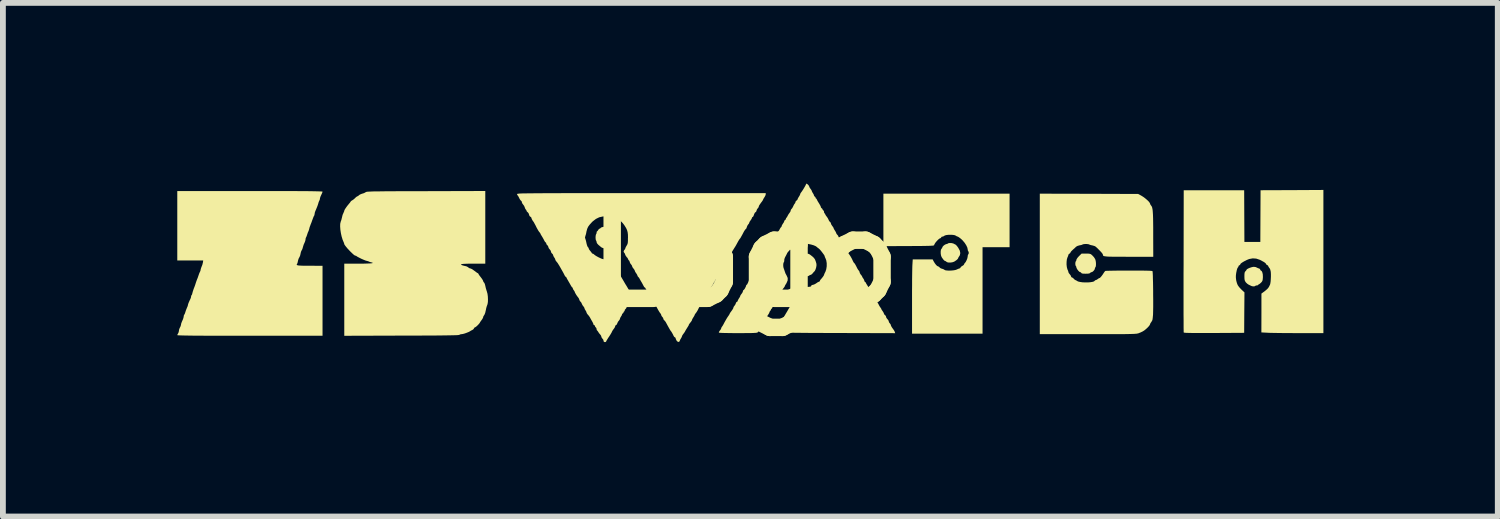
<source format=kicad_pcb>
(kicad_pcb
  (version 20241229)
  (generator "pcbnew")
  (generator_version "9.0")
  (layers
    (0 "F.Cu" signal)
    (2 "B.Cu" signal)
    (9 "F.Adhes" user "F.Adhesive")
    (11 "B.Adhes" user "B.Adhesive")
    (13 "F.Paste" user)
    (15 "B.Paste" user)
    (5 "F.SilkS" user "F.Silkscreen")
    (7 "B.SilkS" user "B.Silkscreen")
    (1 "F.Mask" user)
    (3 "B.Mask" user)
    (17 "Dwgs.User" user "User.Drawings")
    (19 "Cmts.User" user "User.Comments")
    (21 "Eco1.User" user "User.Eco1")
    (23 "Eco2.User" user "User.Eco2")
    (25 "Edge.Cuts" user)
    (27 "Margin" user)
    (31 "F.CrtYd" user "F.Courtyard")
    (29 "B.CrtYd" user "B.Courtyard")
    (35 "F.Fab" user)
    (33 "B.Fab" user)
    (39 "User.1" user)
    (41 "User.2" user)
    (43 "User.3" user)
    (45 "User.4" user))
  (footprint "Logo"
    (layer "F.Cu")
    (at 9.768 1.404)
    (property "Reference" "Logo" (at 0 0 0) (layer "F.SilkS") (effects (font (size 1.5 1.5) (thickness 0.3))))
    (attr board_only exclude_from_pos_files exclude_from_bom)
    (fp_poly (pts (xy 3.553 -0.272) (xy 3.579 -0.266) (xy 3.587 -0.263) (xy 3.608 -0.252) (xy 3.621 -0.246) (xy 3.633 -0.236) (xy 3.651 -0.215) (xy 3.668 -0.191) (xy 3.694 -0.143) (xy 3.703 -0.1) (xy 3.695 -0.062) (xy 3.685 -0.046) (xy 3.672 -0.027) (xy 3.667 -0.013) (xy 3.667 -0.013) (xy 3.659 0.001) (xy 3.639 0.02) (xy 3.61 0.04) (xy 3.597 0.048) (xy 3.568 0.058) (xy 3.535 0.063) (xy 3.502 0.063) (xy 3.476 0.057) (xy 3.466 0.05) (xy 3.451 0.039) (xy 3.443 0.036) (xy 3.428 0.029) (xy 3.409 0.008) (xy 3.388 -0.022) (xy 3.381 -0.033) (xy 3.371 -0.061) (xy 3.366 -0.095) (xy 3.366 -0.129) (xy 3.37 -0.157) (xy 3.379 -0.173) (xy 3.391 -0.188) (xy 3.393 -0.196) (xy 3.4 -0.211) (xy 3.417 -0.229) (xy 3.439 -0.245) (xy 3.46 -0.254) (xy 3.466 -0.255) (xy 3.483 -0.26) (xy 3.489 -0.264) (xy 3.501 -0.271) (xy 3.525 -0.273)) (stroke (width 0) (type solid)) (fill yes) (layer "F.SilkS"))
    (fp_poly (pts (xy -2.335 -0.553) (xy -2.308 -0.548) (xy -2.298 -0.544) (xy -2.273 -0.53) (xy -2.255 -0.52) (xy -2.239 -0.509) (xy -2.234 -0.498) (xy -2.228 -0.484) (xy -2.214 -0.472) (xy -2.205 -0.464) (xy -2.199 -0.454) (xy -2.195 -0.437) (xy -2.194 -0.409) (xy -2.193 -0.368) (xy -2.193 -0.278) (xy -2.234 -0.239) (xy -2.264 -0.212) (xy -2.29 -0.195) (xy -2.318 -0.186) (xy -2.354 -0.183) (xy -2.384 -0.182) (xy -2.42 -0.183) (xy -2.445 -0.187) (xy -2.464 -0.194) (xy -2.484 -0.208) (xy -2.486 -0.211) (xy -2.521 -0.239) (xy -2.542 -0.262) (xy -2.552 -0.28) (xy -2.554 -0.291) (xy -2.558 -0.309) (xy -2.563 -0.315) (xy -2.568 -0.326) (xy -2.571 -0.35) (xy -2.572 -0.369) (xy -2.57 -0.398) (xy -2.566 -0.418) (xy -2.563 -0.424) (xy -2.556 -0.437) (xy -2.554 -0.452) (xy -2.551 -0.469) (xy -2.546 -0.474) (xy -2.537 -0.481) (xy -2.526 -0.497) (xy -2.514 -0.514) (xy -2.502 -0.52) (xy -2.488 -0.527) (xy -2.483 -0.534) (xy -2.469 -0.543) (xy -2.442 -0.55) (xy -2.408 -0.554) (xy -2.37 -0.555)) (stroke (width 0) (type solid)) (fill yes) (layer "F.SilkS"))
    (fp_poly (pts (xy 1.071 -0.09) (xy 1.094 -0.086) (xy 1.114 -0.076) (xy 1.139 -0.057) (xy 1.139 -0.057) (xy 1.17 -0.032) (xy 1.189 -0.011) (xy 1.203 0.009) (xy 1.213 0.035) (xy 1.219 0.052) (xy 1.228 0.085) (xy 1.229 0.112) (xy 1.224 0.145) (xy 1.223 0.148) (xy 1.214 0.178) (xy 1.203 0.202) (xy 1.197 0.211) (xy 1.18 0.228) (xy 1.163 0.249) (xy 1.146 0.266) (xy 1.131 0.274) (xy 1.13 0.274) (xy 1.112 0.28) (xy 1.104 0.287) (xy 1.087 0.296) (xy 1.058 0.3) (xy 1.022 0.3) (xy 0.986 0.296) (xy 0.955 0.287) (xy 0.949 0.284) (xy 0.917 0.266) (xy 0.89 0.245) (xy 0.872 0.225) (xy 0.866 0.212) (xy 0.862 0.196) (xy 0.851 0.173) (xy 0.847 0.167) (xy 0.835 0.141) (xy 0.831 0.113) (xy 0.832 0.089) (xy 0.837 0.06) (xy 0.845 0.039) (xy 0.85 0.033) (xy 0.863 0.016) (xy 0.869 0) (xy 0.881 -0.019) (xy 0.906 -0.043) (xy 0.926 -0.057) (xy 0.956 -0.076) (xy 0.98 -0.086) (xy 1.006 -0.09) (xy 1.037 -0.091)) (stroke (width 0) (type solid)) (fill yes) (layer "F.SilkS"))
    (fp_poly (pts (xy 5.866 -0.091) (xy 5.904 -0.091) (xy 5.928 -0.088) (xy 5.945 -0.083) (xy 5.961 -0.072) (xy 5.978 -0.056) (xy 6.002 -0.03) (xy 6.02 -0.002) (xy 6.026 0.01) (xy 6.033 0.037) (xy 6.037 0.07) (xy 6.037 0.102) (xy 6.035 0.127) (xy 6.029 0.141) (xy 6.029 0.141) (xy 6.021 0.154) (xy 6.019 0.164) (xy 6.013 0.184) (xy 5.997 0.205) (xy 5.978 0.222) (xy 5.962 0.228) (xy 5.945 0.234) (xy 5.937 0.242) (xy 5.924 0.25) (xy 5.899 0.254) (xy 5.859 0.255) (xy 5.858 0.255) (xy 5.821 0.254) (xy 5.798 0.251) (xy 5.787 0.245) (xy 5.786 0.242) (xy 5.773 0.229) (xy 5.765 0.228) (xy 5.75 0.22) (xy 5.732 0.202) (xy 5.715 0.179) (xy 5.703 0.156) (xy 5.7 0.145) (xy 5.696 0.128) (xy 5.691 0.123) (xy 5.685 0.111) (xy 5.682 0.089) (xy 5.682 0.082) (xy 5.684 0.058) (xy 5.689 0.043) (xy 5.691 0.041) (xy 5.699 0.028) (xy 5.7 0.016) (xy 5.707 0.000459) (xy 5.723 -0.023) (xy 5.745 -0.047) (xy 5.79 -0.091)) (stroke (width 0) (type solid)) (fill yes) (layer "F.SilkS"))
    (fp_poly (pts (xy 8.782 0.14) (xy 8.804 0.149) (xy 8.806 0.15) (xy 8.827 0.161) (xy 8.841 0.164) (xy 8.856 0.172) (xy 8.862 0.182) (xy 8.869 0.197) (xy 8.875 0.201) (xy 8.888 0.209) (xy 8.899 0.232) (xy 8.907 0.264) (xy 8.909 0.303) (xy 8.909 0.319) (xy 8.906 0.354) (xy 8.901 0.377) (xy 8.89 0.395) (xy 8.877 0.409) (xy 8.857 0.427) (xy 8.842 0.437) (xy 8.838 0.438) (xy 8.829 0.444) (xy 8.828 0.447) (xy 8.821 0.454) (xy 8.806 0.456) (xy 8.787 0.459) (xy 8.778 0.465) (xy 8.765 0.472) (xy 8.743 0.473) (xy 8.719 0.469) (xy 8.71 0.465) (xy 8.692 0.457) (xy 8.668 0.445) (xy 8.666 0.445) (xy 8.641 0.428) (xy 8.617 0.405) (xy 8.614 0.401) (xy 8.602 0.382) (xy 8.595 0.363) (xy 8.592 0.336) (xy 8.591 0.299) (xy 8.592 0.261) (xy 8.595 0.237) (xy 8.601 0.222) (xy 8.61 0.212) (xy 8.623 0.197) (xy 8.628 0.187) (xy 8.636 0.177) (xy 8.657 0.165) (xy 8.685 0.153) (xy 8.716 0.143) (xy 8.744 0.137) (xy 8.754 0.137)) (stroke (width 0) (type solid)) (fill yes) (layer "F.SilkS"))
    (fp_poly (pts (xy 9.95 0.046) (xy 9.95 1.277) (xy 9.533 1.277) (xy 9.442 1.277) (xy 9.353 1.276) (xy 9.268 1.276) (xy 9.19 1.275) (xy 9.12 1.274) (xy 9.062 1.273) (xy 9.018 1.272) (xy 8.999 1.271) (xy 8.883 1.265) (xy 8.884 0.931) (xy 8.884 0.597) (xy 8.94 0.556) (xy 8.969 0.532) (xy 8.994 0.508) (xy 9.008 0.489) (xy 9.009 0.488) (xy 9.022 0.463) (xy 9.032 0.442) (xy 9.037 0.423) (xy 9.042 0.391) (xy 9.045 0.35) (xy 9.047 0.306) (xy 9.047 0.263) (xy 9.045 0.227) (xy 9.043 0.214) (xy 9.036 0.184) (xy 9.024 0.16) (xy 9.019 0.154) (xy 9.006 0.137) (xy 9.002 0.124) (xy 8.994 0.112) (xy 8.983 0.107) (xy 8.969 0.098) (xy 8.965 0.09) (xy 8.958 0.078) (xy 8.939 0.062) (xy 8.926 0.053) (xy 8.857 0.016) (xy 8.794 -0.005) (xy 8.734 -0.009) (xy 8.674 0.002) (xy 8.634 0.018) (xy 8.583 0.044) (xy 8.547 0.066) (xy 8.526 0.083) (xy 8.518 0.098) (xy 8.518 0.1) (xy 8.511 0.108) (xy 8.505 0.109) (xy 8.493 0.117) (xy 8.491 0.124) (xy 8.484 0.142) (xy 8.477 0.149) (xy 8.469 0.164) (xy 8.46 0.193) (xy 8.452 0.233) (xy 8.451 0.235) (xy 8.445 0.28) (xy 8.444 0.315) (xy 8.447 0.349) (xy 8.451 0.375) (xy 8.462 0.416) (xy 8.476 0.451) (xy 8.499 0.484) (xy 8.533 0.521) (xy 8.554 0.541) (xy 8.592 0.576) (xy 8.589 0.924) (xy 8.587 1.272) (xy 8.069 1.275) (xy 7.954 1.275) (xy 7.857 1.275) (xy 7.775 1.275) (xy 7.708 1.275) (xy 7.654 1.274) (xy 7.613 1.273) (xy 7.583 1.272) (xy 7.562 1.27) (xy 7.551 1.268) (xy 7.547 1.266) (xy 7.546 1.255) (xy 7.546 1.228) (xy 7.545 1.184) (xy 7.545 1.125) (xy 7.545 1.053) (xy 7.544 0.967) (xy 7.544 0.87) (xy 7.544 0.762) (xy 7.544 0.644) (xy 7.544 0.518) (xy 7.544 0.384) (xy 7.544 0.243) (xy 7.545 0.098) (xy 7.545 0.036) (xy 7.547 -1.181) (xy 8.067 -1.181) (xy 8.587 -1.181) (xy 8.589 -0.736) (xy 8.591 -0.292) (xy 8.728 -0.292) (xy 8.865 -0.292) (xy 8.867 -0.736) (xy 8.869 -1.181) (xy 9.41 -1.183) (xy 9.95 -1.186)) (stroke (width 0) (type solid)) (fill yes) (layer "F.SilkS"))
    (fp_poly (pts (xy 4.551 -0.661) (xy 4.551 -0.201) (xy 4.318 -0.201) (xy 4.086 -0.201) (xy 4.086 0.543) (xy 4.086 1.286) (xy 3.479 1.286) (xy 2.873 1.286) (xy 2.873 0.745) (xy 2.873 0.644) (xy 2.873 0.545) (xy 2.874 0.452) (xy 2.874 0.365) (xy 2.875 0.287) (xy 2.876 0.22) (xy 2.877 0.165) (xy 2.878 0.126) (xy 2.879 0.106) (xy 2.885 0.009) (xy 3.056 0.009) (xy 3.228 0.009) (xy 3.243 0.039) (xy 3.264 0.074) (xy 3.286 0.103) (xy 3.306 0.122) (xy 3.319 0.128) (xy 3.335 0.135) (xy 3.345 0.145) (xy 3.361 0.159) (xy 3.385 0.169) (xy 3.388 0.169) (xy 3.412 0.177) (xy 3.429 0.187) (xy 3.43 0.188) (xy 3.446 0.196) (xy 3.475 0.2) (xy 3.513 0.202) (xy 3.554 0.2) (xy 3.593 0.196) (xy 3.627 0.189) (xy 3.644 0.182) (xy 3.668 0.171) (xy 3.687 0.165) (xy 3.69 0.164) (xy 3.702 0.157) (xy 3.707 0.148) (xy 3.718 0.134) (xy 3.739 0.12) (xy 3.739 0.12) (xy 3.758 0.108) (xy 3.767 0.097) (xy 3.767 0.096) (xy 3.773 0.081) (xy 3.78 0.073) (xy 3.796 0.053) (xy 3.812 0.022) (xy 3.825 -0.012) (xy 3.83 -0.041) (xy 3.831 -0.043) (xy 3.833 -0.065) (xy 3.84 -0.077) (xy 3.84 -0.078) (xy 3.847 -0.09) (xy 3.849 -0.105) (xy 3.845 -0.124) (xy 3.84 -0.132) (xy 3.833 -0.145) (xy 3.831 -0.161) (xy 3.824 -0.195) (xy 3.805 -0.235) (xy 3.777 -0.278) (xy 3.743 -0.318) (xy 3.727 -0.334) (xy 3.7 -0.357) (xy 3.676 -0.374) (xy 3.661 -0.383) (xy 3.659 -0.383) (xy 3.642 -0.389) (xy 3.628 -0.398) (xy 3.609 -0.407) (xy 3.577 -0.413) (xy 3.538 -0.415) (xy 3.498 -0.414) (xy 3.463 -0.41) (xy 3.438 -0.403) (xy 3.431 -0.399) (xy 3.41 -0.386) (xy 3.394 -0.383) (xy 3.378 -0.378) (xy 3.375 -0.369) (xy 3.367 -0.358) (xy 3.359 -0.356) (xy 3.344 -0.349) (xy 3.322 -0.331) (xy 3.298 -0.306) (xy 3.276 -0.28) (xy 3.26 -0.255) (xy 3.254 -0.24) (xy 3.253 -0.236) (xy 3.249 -0.233) (xy 3.241 -0.23) (xy 3.228 -0.228) (xy 3.208 -0.227) (xy 3.18 -0.225) (xy 3.141 -0.224) (xy 3.091 -0.223) (xy 3.028 -0.222) (xy 2.951 -0.222) (xy 2.857 -0.221) (xy 2.816 -0.221) (xy 2.38 -0.219) (xy 2.38 -0.67) (xy 2.38 -1.122) (xy 3.466 -1.122) (xy 4.551 -1.122)) (stroke (width 0) (type solid)) (fill yes) (layer "F.SilkS"))
    (fp_poly (pts (xy -8.336 -1.167) (xy -8.171 -1.167) (xy -8.023 -1.167) (xy -7.891 -1.167) (xy -7.774 -1.167) (xy -7.671 -1.166) (xy -7.582 -1.166) (xy -7.506 -1.165) (xy -7.442 -1.164) (xy -7.39 -1.163) (xy -7.348 -1.162) (xy -7.315 -1.161) (xy -7.292 -1.16) (xy -7.277 -1.159) (xy -7.27 -1.157) (xy -7.269 -1.156) (xy -7.273 -1.142) (xy -7.283 -1.118) (xy -7.292 -1.099) (xy -7.305 -1.07) (xy -7.313 -1.045) (xy -7.314 -1.035) (xy -7.318 -1.015) (xy -7.322 -1.007) (xy -7.329 -0.994) (xy -7.338 -0.97) (xy -7.341 -0.958) (xy -7.351 -0.926) (xy -7.362 -0.896) (xy -7.365 -0.889) (xy -7.376 -0.862) (xy -7.389 -0.831) (xy -7.391 -0.827) (xy -7.401 -0.8) (xy -7.405 -0.776) (xy -7.406 -0.772) (xy -7.409 -0.752) (xy -7.414 -0.743) (xy -7.421 -0.731) (xy -7.431 -0.706) (xy -7.443 -0.673) (xy -7.446 -0.666) (xy -7.458 -0.631) (xy -7.47 -0.601) (xy -7.478 -0.581) (xy -7.478 -0.579) (xy -7.486 -0.559) (xy -7.495 -0.531) (xy -7.497 -0.52) (xy -7.505 -0.493) (xy -7.512 -0.474) (xy -7.514 -0.47) (xy -7.521 -0.456) (xy -7.529 -0.432) (xy -7.533 -0.42) (xy -7.542 -0.393) (xy -7.55 -0.374) (xy -7.553 -0.37) (xy -7.559 -0.355) (xy -7.561 -0.338) (xy -7.565 -0.315) (xy -7.575 -0.286) (xy -7.579 -0.278) (xy -7.594 -0.244) (xy -7.605 -0.208) (xy -7.607 -0.201) (xy -7.615 -0.173) (xy -7.625 -0.151) (xy -7.629 -0.146) (xy -7.637 -0.129) (xy -7.645 -0.102) (xy -7.647 -0.09) (xy -7.654 -0.059) (xy -7.665 -0.032) (xy -7.669 -0.026) (xy -7.681 -0.003) (xy -7.69 0.027) (xy -7.692 0.036) (xy -7.698 0.064) (xy -7.706 0.085) (xy -7.709 0.089) (xy -7.714 0.098) (xy -7.711 0.105) (xy -7.699 0.11) (xy -7.677 0.114) (xy -7.642 0.116) (xy -7.593 0.118) (xy -7.529 0.118) (xy -7.481 0.118) (xy -7.269 0.119) (xy -7.269 0.721) (xy -7.269 1.322) (xy -8.518 1.322) (xy -8.701 1.322) (xy -8.866 1.322) (xy -9.014 1.322) (xy -9.146 1.322) (xy -9.263 1.322) (xy -9.366 1.321) (xy -9.455 1.321) (xy -9.531 1.32) (xy -9.595 1.319) (xy -9.647 1.318) (xy -9.689 1.317) (xy -9.721 1.316) (xy -9.744 1.315) (xy -9.759 1.314) (xy -9.766 1.312) (xy -9.768 1.311) (xy -9.762 1.295) (xy -9.754 1.282) (xy -9.744 1.26) (xy -9.74 1.236) (xy -9.735 1.209) (xy -9.723 1.182) (xy -9.722 1.181) (xy -9.71 1.156) (xy -9.704 1.132) (xy -9.704 1.131) (xy -9.7 1.11) (xy -9.689 1.081) (xy -9.681 1.063) (xy -9.668 1.033) (xy -9.66 1.005) (xy -9.658 0.993) (xy -9.655 0.973) (xy -9.65 0.962) (xy -9.642 0.951) (xy -9.633 0.928) (xy -9.63 0.918) (xy -9.619 0.884) (xy -9.605 0.849) (xy -9.603 0.844) (xy -9.592 0.819) (xy -9.586 0.8) (xy -9.585 0.795) (xy -9.581 0.777) (xy -9.57 0.748) (xy -9.555 0.714) (xy -9.544 0.692) (xy -9.534 0.668) (xy -9.531 0.649) (xy -9.527 0.631) (xy -9.523 0.625) (xy -9.515 0.614) (xy -9.51 0.595) (xy -9.501 0.561) (xy -9.486 0.516) (xy -9.475 0.488) (xy -9.468 0.47) (xy -9.458 0.441) (xy -9.449 0.412) (xy -9.438 0.38) (xy -9.428 0.353) (xy -9.422 0.339) (xy -9.415 0.321) (xy -9.406 0.294) (xy -9.402 0.283) (xy -9.392 0.254) (xy -9.382 0.23) (xy -9.378 0.224) (xy -9.369 0.202) (xy -9.367 0.189) (xy -9.363 0.171) (xy -9.354 0.144) (xy -9.35 0.134) (xy -9.337 0.102) (xy -9.329 0.069) (xy -9.327 0.062) (xy -9.322 0.027) (xy -9.545 0.027) (xy -9.768 0.027) (xy -9.768 -0.57) (xy -9.768 -1.167) (xy -8.518 -1.167)) (stroke (width 0) (type solid)) (fill yes) (layer "F.SilkS"))
    (fp_poly (pts (xy 5.917 -1.12) (xy 6.763 -1.117) (xy 6.817 -1.088) (xy 6.849 -1.068) (xy 6.883 -1.043) (xy 6.916 -1.015) (xy 6.943 -0.989) (xy 6.961 -0.966) (xy 6.968 -0.951) (xy 6.974 -0.934) (xy 6.987 -0.916) (xy 6.995 -0.905) (xy 7.002 -0.89) (xy 7.007 -0.869) (xy 7.012 -0.842) (xy 7.015 -0.805) (xy 7.018 -0.758) (xy 7.02 -0.7) (xy 7.021 -0.628) (xy 7.022 -0.541) (xy 7.022 -0.438) (xy 7.022 -0.404) (xy 7.023 -0.036) (xy 6.602 -0.036) (xy 6.501 -0.037) (xy 6.416 -0.037) (xy 6.346 -0.037) (xy 6.29 -0.038) (xy 6.247 -0.039) (xy 6.214 -0.042) (xy 6.19 -0.045) (xy 6.174 -0.048) (xy 6.164 -0.053) (xy 6.159 -0.06) (xy 6.157 -0.067) (xy 6.156 -0.076) (xy 6.15 -0.088) (xy 6.133 -0.11) (xy 6.108 -0.137) (xy 6.077 -0.168) (xy 6.044 -0.2) (xy 6.033 -0.21) (xy 6.013 -0.221) (xy 5.984 -0.23) (xy 5.974 -0.232) (xy 5.947 -0.238) (xy 5.926 -0.245) (xy 5.922 -0.248) (xy 5.906 -0.253) (xy 5.879 -0.256) (xy 5.848 -0.256) (xy 5.822 -0.253) (xy 5.807 -0.248) (xy 5.792 -0.241) (xy 5.766 -0.235) (xy 5.753 -0.233) (xy 5.72 -0.223) (xy 5.695 -0.209) (xy 5.693 -0.207) (xy 5.675 -0.189) (xy 5.65 -0.167) (xy 5.637 -0.155) (xy 5.616 -0.135) (xy 5.603 -0.119) (xy 5.6 -0.112) (xy 5.593 -0.099) (xy 5.582 -0.091) (xy 5.567 -0.079) (xy 5.563 -0.069) (xy 5.559 -0.054) (xy 5.55 -0.031) (xy 5.547 -0.026) (xy 5.537 0.006) (xy 5.532 0.049) (xy 5.531 0.097) (xy 5.536 0.141) (xy 5.545 0.176) (xy 5.547 0.182) (xy 5.558 0.206) (xy 5.563 0.226) (xy 5.563 0.228) (xy 5.57 0.244) (xy 5.585 0.263) (xy 5.586 0.264) (xy 5.602 0.284) (xy 5.609 0.302) (xy 5.609 0.303) (xy 5.616 0.316) (xy 5.624 0.319) (xy 5.639 0.326) (xy 5.656 0.342) (xy 5.656 0.342) (xy 5.672 0.358) (xy 5.684 0.365) (xy 5.684 0.365) (xy 5.698 0.37) (xy 5.709 0.378) (xy 5.73 0.389) (xy 5.764 0.397) (xy 5.806 0.403) (xy 5.853 0.405) (xy 5.9 0.405) (xy 5.943 0.401) (xy 5.979 0.395) (xy 6.004 0.387) (xy 6.012 0.379) (xy 6.026 0.367) (xy 6.033 0.365) (xy 6.05 0.359) (xy 6.065 0.349) (xy 6.081 0.337) (xy 6.09 0.333) (xy 6.106 0.326) (xy 6.127 0.304) (xy 6.152 0.271) (xy 6.159 0.26) (xy 6.176 0.234) (xy 6.19 0.215) (xy 6.197 0.208) (xy 6.208 0.206) (xy 6.235 0.205) (xy 6.277 0.204) (xy 6.331 0.203) (xy 6.395 0.202) (xy 6.469 0.201) (xy 6.549 0.201) (xy 6.605 0.201) (xy 6.706 0.201) (xy 6.791 0.201) (xy 6.86 0.202) (xy 6.914 0.203) (xy 6.955 0.204) (xy 6.984 0.206) (xy 7.002 0.208) (xy 7.01 0.211) (xy 7.01 0.212) (xy 7.012 0.224) (xy 7.014 0.251) (xy 7.016 0.293) (xy 7.017 0.345) (xy 7.019 0.407) (xy 7.02 0.474) (xy 7.021 0.546) (xy 7.021 0.619) (xy 7.022 0.692) (xy 7.022 0.762) (xy 7.022 0.826) (xy 7.021 0.883) (xy 7.02 0.93) (xy 7.019 0.964) (xy 7.018 0.971) (xy 7.014 1.014) (xy 7.01 1.044) (xy 7.003 1.064) (xy 6.993 1.08) (xy 6.99 1.085) (xy 6.975 1.106) (xy 6.968 1.123) (xy 6.968 1.125) (xy 6.961 1.14) (xy 6.943 1.163) (xy 6.917 1.19) (xy 6.885 1.218) (xy 6.867 1.232) (xy 6.841 1.248) (xy 6.806 1.265) (xy 6.78 1.275) (xy 6.771 1.279) (xy 6.761 1.282) (xy 6.75 1.284) (xy 6.736 1.287) (xy 6.719 1.288) (xy 6.698 1.29) (xy 6.67 1.291) (xy 6.635 1.292) (xy 6.592 1.293) (xy 6.539 1.294) (xy 6.476 1.294) (xy 6.401 1.295) (xy 6.312 1.295) (xy 6.21 1.295) (xy 6.092 1.295) (xy 5.958 1.295) (xy 5.898 1.295) (xy 5.071 1.295) (xy 5.071 0.086) (xy 5.071 -1.122)) (stroke (width 0) (type solid)) (fill yes) (layer "F.SilkS"))
    (fp_poly (pts (xy -4.469 -0.543) (xy -4.469 0.082) (xy -4.674 0.082) (xy -4.749 0.082) (xy -4.807 0.084) (xy -4.848 0.086) (xy -4.874 0.09) (xy -4.886 0.094) (xy -4.884 0.101) (xy -4.87 0.108) (xy -4.868 0.109) (xy -4.845 0.116) (xy -4.816 0.123) (xy -4.813 0.123) (xy -4.786 0.131) (xy -4.765 0.144) (xy -4.763 0.146) (xy -4.743 0.16) (xy -4.727 0.164) (xy -4.71 0.17) (xy -4.685 0.184) (xy -4.657 0.205) (xy -4.656 0.205) (xy -4.63 0.225) (xy -4.609 0.24) (xy -4.597 0.246) (xy -4.597 0.246) (xy -4.588 0.253) (xy -4.588 0.256) (xy -4.582 0.267) (xy -4.568 0.288) (xy -4.548 0.314) (xy -4.546 0.316) (xy -4.526 0.343) (xy -4.511 0.367) (xy -4.505 0.383) (xy -4.505 0.383) (xy -4.499 0.399) (xy -4.493 0.404) (xy -4.484 0.415) (xy -4.475 0.439) (xy -4.469 0.462) (xy -4.46 0.503) (xy -4.447 0.546) (xy -4.441 0.564) (xy -4.431 0.601) (xy -4.425 0.647) (xy -4.423 0.695) (xy -4.424 0.74) (xy -4.43 0.777) (xy -4.436 0.795) (xy -4.444 0.816) (xy -4.453 0.848) (xy -4.46 0.885) (xy -4.461 0.886) (xy -4.469 0.923) (xy -4.48 0.953) (xy -4.489 0.969) (xy -4.502 0.988) (xy -4.505 1.002) (xy -4.511 1.019) (xy -4.525 1.042) (xy -4.533 1.053) (xy -4.549 1.075) (xy -4.559 1.09) (xy -4.56 1.093) (xy -4.567 1.105) (xy -4.583 1.124) (xy -4.603 1.145) (xy -4.624 1.164) (xy -4.64 1.175) (xy -4.644 1.177) (xy -4.658 1.184) (xy -4.663 1.195) (xy -4.674 1.211) (xy -4.694 1.224) (xy -4.717 1.235) (xy -4.733 1.246) (xy -4.754 1.257) (xy -4.786 1.27) (xy -4.822 1.283) (xy -4.855 1.292) (xy -4.878 1.295) (xy -4.901 1.299) (xy -4.914 1.306) (xy -4.92 1.308) (xy -4.933 1.31) (xy -4.954 1.312) (xy -4.985 1.313) (xy -5.026 1.314) (xy -5.078 1.315) (xy -5.141 1.316) (xy -5.217 1.317) (xy -5.307 1.318) (xy -5.411 1.319) (xy -5.531 1.319) (xy -5.666 1.32) (xy -5.818 1.32) (xy -5.91 1.32) (xy -6.895 1.323) (xy -6.895 0.702) (xy -6.895 0.082) (xy -6.654 0.082) (xy -6.568 0.082) (xy -6.501 0.08) (xy -6.451 0.078) (xy -6.419 0.075) (xy -6.405 0.071) (xy -6.408 0.066) (xy -6.428 0.06) (xy -6.432 0.059) (xy -6.455 0.053) (xy -6.471 0.046) (xy -6.471 0.046) (xy -6.485 0.04) (xy -6.509 0.034) (xy -6.512 0.033) (xy -6.533 0.027) (xy -6.562 0.015) (xy -6.596 0.000402) (xy -6.629 -0.016) (xy -6.658 -0.031) (xy -6.678 -0.042) (xy -6.684 -0.048) (xy -6.694 -0.054) (xy -6.7 -0.055) (xy -6.708 -0.056) (xy -6.719 -0.062) (xy -6.736 -0.075) (xy -6.76 -0.097) (xy -6.784 -0.12) (xy -6.811 -0.148) (xy -6.839 -0.178) (xy -6.864 -0.208) (xy -6.883 -0.233) (xy -6.894 -0.25) (xy -6.895 -0.254) (xy -6.899 -0.271) (xy -6.903 -0.281) (xy -6.923 -0.328) (xy -6.94 -0.383) (xy -6.953 -0.442) (xy -6.962 -0.501) (xy -6.966 -0.556) (xy -6.965 -0.603) (xy -6.957 -0.637) (xy -6.956 -0.641) (xy -6.945 -0.671) (xy -6.937 -0.704) (xy -6.936 -0.707) (xy -6.924 -0.757) (xy -6.903 -0.805) (xy -6.896 -0.822) (xy -6.895 -0.829) (xy -6.89 -0.843) (xy -6.876 -0.866) (xy -6.856 -0.895) (xy -6.834 -0.924) (xy -6.814 -0.948) (xy -6.797 -0.968) (xy -6.787 -0.983) (xy -6.785 -0.986) (xy -6.778 -0.995) (xy -6.761 -1.006) (xy -6.759 -1.007) (xy -6.735 -1.023) (xy -6.71 -1.045) (xy -6.707 -1.049) (xy -6.688 -1.066) (xy -6.674 -1.075) (xy -6.671 -1.076) (xy -6.657 -1.082) (xy -6.645 -1.093) (xy -6.627 -1.106) (xy -6.599 -1.118) (xy -6.587 -1.122) (xy -6.557 -1.131) (xy -6.533 -1.143) (xy -6.527 -1.148) (xy -6.523 -1.15) (xy -6.517 -1.152) (xy -6.508 -1.154) (xy -6.494 -1.156) (xy -6.474 -1.157) (xy -6.449 -1.158) (xy -6.415 -1.16) (xy -6.374 -1.161) (xy -6.322 -1.161) (xy -6.261 -1.162) (xy -6.188 -1.163) (xy -6.103 -1.163) (xy -6.004 -1.164) (xy -5.89 -1.164) (xy -5.762 -1.165) (xy -5.616 -1.165) (xy -5.489 -1.165) (xy -4.469 -1.168)) (stroke (width 0) (type solid)) (fill yes) (layer "F.SilkS"))
    (fp_poly (pts (xy 1.07 -1.288) (xy 1.087 -1.273) (xy 1.1 -1.256) (xy 1.104 -1.245) (xy 1.109 -1.231) (xy 1.123 -1.21) (xy 1.126 -1.206) (xy 1.141 -1.185) (xy 1.149 -1.168) (xy 1.149 -1.166) (xy 1.155 -1.151) (xy 1.167 -1.131) (xy 1.18 -1.11) (xy 1.185 -1.093) (xy 1.193 -1.077) (xy 1.199 -1.073) (xy 1.211 -1.061) (xy 1.213 -1.054) (xy 1.217 -1.041) (xy 1.221 -1.04) (xy 1.23 -1.032) (xy 1.234 -1.024) (xy 1.244 -1.003) (xy 1.251 -0.99) (xy 1.276 -0.95) (xy 1.292 -0.922) (xy 1.301 -0.904) (xy 1.304 -0.893) (xy 1.304 -0.89) (xy 1.312 -0.876) (xy 1.318 -0.872) (xy 1.33 -0.861) (xy 1.332 -0.854) (xy 1.339 -0.84) (xy 1.345 -0.836) (xy 1.356 -0.824) (xy 1.359 -0.807) (xy 1.362 -0.79) (xy 1.368 -0.784) (xy 1.376 -0.777) (xy 1.377 -0.773) (xy 1.383 -0.759) (xy 1.396 -0.738) (xy 1.404 -0.729) (xy 1.422 -0.703) (xy 1.435 -0.678) (xy 1.437 -0.672) (xy 1.448 -0.65) (xy 1.46 -0.638) (xy 1.474 -0.623) (xy 1.477 -0.611) (xy 1.483 -0.593) (xy 1.497 -0.571) (xy 1.5 -0.567) (xy 1.515 -0.547) (xy 1.523 -0.532) (xy 1.523 -0.53) (xy 1.528 -0.517) (xy 1.54 -0.496) (xy 1.546 -0.487) (xy 1.56 -0.464) (xy 1.568 -0.446) (xy 1.569 -0.442) (xy 1.575 -0.429) (xy 1.587 -0.415) (xy 1.601 -0.399) (xy 1.605 -0.387) (xy 1.612 -0.373) (xy 1.62 -0.364) (xy 1.631 -0.35) (xy 1.647 -0.325) (xy 1.661 -0.302) (xy 1.678 -0.269) (xy 1.696 -0.239) (xy 1.705 -0.223) (xy 1.72 -0.198) (xy 1.737 -0.166) (xy 1.743 -0.155) (xy 1.758 -0.127) (xy 1.773 -0.103) (xy 1.779 -0.096) (xy 1.796 -0.072) (xy 1.818 -0.038) (xy 1.84 0.002) (xy 1.857 0.039) (xy 1.868 0.06) (xy 1.878 0.072) (xy 1.88 0.073) (xy 1.887 0.081) (xy 1.899 0.101) (xy 1.914 0.129) (xy 1.915 0.131) (xy 1.93 0.162) (xy 1.945 0.187) (xy 1.956 0.2) (xy 1.968 0.218) (xy 1.97 0.228) (xy 1.976 0.246) (xy 1.989 0.268) (xy 1.993 0.272) (xy 2.008 0.291) (xy 2.015 0.305) (xy 2.016 0.307) (xy 2.021 0.319) (xy 2.034 0.337) (xy 2.034 0.337) (xy 2.047 0.359) (xy 2.052 0.376) (xy 2.059 0.393) (xy 2.066 0.398) (xy 2.078 0.407) (xy 2.079 0.412) (xy 2.084 0.424) (xy 2.097 0.445) (xy 2.107 0.461) (xy 2.122 0.485) (xy 2.132 0.506) (xy 2.134 0.513) (xy 2.14 0.527) (xy 2.156 0.546) (xy 2.162 0.552) (xy 2.179 0.571) (xy 2.188 0.587) (xy 2.189 0.59) (xy 2.193 0.605) (xy 2.205 0.627) (xy 2.212 0.638) (xy 2.225 0.662) (xy 2.233 0.679) (xy 2.234 0.683) (xy 2.241 0.696) (xy 2.246 0.7) (xy 2.256 0.711) (xy 2.271 0.734) (xy 2.287 0.764) (xy 2.289 0.766) (xy 2.305 0.798) (xy 2.32 0.824) (xy 2.331 0.839) (xy 2.331 0.84) (xy 2.342 0.855) (xy 2.344 0.862) (xy 2.349 0.873) (xy 2.362 0.892) (xy 2.367 0.899) (xy 2.381 0.921) (xy 2.389 0.94) (xy 2.39 0.943) (xy 2.397 0.958) (xy 2.408 0.967) (xy 2.422 0.982) (xy 2.426 0.996) (xy 2.432 1.015) (xy 2.448 1.035) (xy 2.449 1.036) (xy 2.465 1.055) (xy 2.472 1.074) (xy 2.472 1.074) (xy 2.478 1.093) (xy 2.49 1.108) (xy 2.504 1.126) (xy 2.508 1.14) (xy 2.513 1.155) (xy 2.527 1.179) (xy 2.539 1.196) (xy 2.558 1.222) (xy 2.572 1.246) (xy 2.576 1.257) (xy 2.583 1.278) (xy 1.557 1.275) (xy 1.421 1.275) (xy 1.291 1.274) (xy 1.167 1.274) (xy 1.051 1.273) (xy 0.943 1.272) (xy 0.845 1.271) (xy 0.757 1.271) (xy 0.682 1.27) (xy 0.62 1.269) (xy 0.573 1.268) (xy 0.541 1.267) (xy 0.525 1.266) (xy 0.524 1.266) (xy 0.525 1.255) (xy 0.534 1.235) (xy 0.544 1.216) (xy 0.56 1.189) (xy 0.573 1.167) (xy 0.578 1.158) (xy 0.586 1.142) (xy 0.599 1.118) (xy 0.605 1.108) (xy 0.624 1.075) (xy 0.644 1.041) (xy 0.647 1.035) (xy 0.659 1.015) (xy 0.678 0.982) (xy 0.702 0.941) (xy 0.729 0.896) (xy 0.743 0.871) (xy 0.77 0.825) (xy 0.795 0.783) (xy 0.816 0.747) (xy 0.831 0.721) (xy 0.836 0.712) (xy 0.849 0.688) (xy 0.861 0.669) (xy 0.862 0.667) (xy 0.87 0.653) (xy 0.885 0.628) (xy 0.904 0.594) (xy 0.92 0.568) (xy 0.968 0.483) (xy 1.04 0.483) (xy 1.085 0.482) (xy 1.115 0.479) (xy 1.133 0.474) (xy 1.14 0.464) (xy 1.14 0.46) (xy 1.148 0.45) (xy 1.165 0.447) (xy 1.187 0.441) (xy 1.214 0.427) (xy 1.226 0.419) (xy 1.249 0.403) (xy 1.268 0.394) (xy 1.274 0.392) (xy 1.285 0.386) (xy 1.286 0.382) (xy 1.292 0.367) (xy 1.3 0.356) (xy 1.322 0.331) (xy 1.342 0.305) (xy 1.355 0.285) (xy 1.359 0.275) (xy 1.363 0.262) (xy 1.373 0.239) (xy 1.382 0.223) (xy 1.397 0.179) (xy 1.405 0.127) (xy 1.405 0.073) (xy 1.397 0.024) (xy 1.386 -0.005) (xy 1.375 -0.029) (xy 1.369 -0.047) (xy 1.368 -0.051) (xy 1.363 -0.063) (xy 1.348 -0.084) (xy 1.328 -0.111) (xy 1.307 -0.138) (xy 1.286 -0.162) (xy 1.27 -0.177) (xy 1.265 -0.181) (xy 1.251 -0.19) (xy 1.24 -0.201) (xy 1.217 -0.218) (xy 1.181 -0.234) (xy 1.136 -0.247) (xy 1.086 -0.257) (xy 1.036 -0.263) (xy 0.991 -0.264) (xy 0.955 -0.26) (xy 0.936 -0.253) (xy 0.912 -0.241) (xy 0.888 -0.233) (xy 0.861 -0.222) (xy 0.839 -0.205) (xy 0.82 -0.189) (xy 0.802 -0.182) (xy 0.802 -0.182) (xy 0.786 -0.175) (xy 0.771 -0.157) (xy 0.769 -0.155) (xy 0.757 -0.137) (xy 0.747 -0.128) (xy 0.747 -0.128) (xy 0.738 -0.12) (xy 0.728 -0.103) (xy 0.727 -0.103) (xy 0.714 -0.076) (xy 0.703 -0.055) (xy 0.687 -0.025) (xy 0.679 -0.004) (xy 0.675 0.013) (xy 0.675 0.027) (xy 0.672 0.048) (xy 0.666 0.059) (xy 0.66 0.072) (xy 0.657 0.095) (xy 0.657 0.123) (xy 0.661 0.149) (xy 0.665 0.162) (xy 0.672 0.181) (xy 0.681 0.208) (xy 0.684 0.217) (xy 0.696 0.251) (xy 0.714 0.284) (xy 0.717 0.29) (xy 0.734 0.329) (xy 0.733 0.37) (xy 0.714 0.415) (xy 0.707 0.427) (xy 0.693 0.449) (xy 0.685 0.465) (xy 0.684 0.469) (xy 0.678 0.482) (xy 0.669 0.494) (xy 0.654 0.513) (xy 0.638 0.539) (xy 0.62 0.575) (xy 0.613 0.589) (xy 0.6 0.613) (xy 0.588 0.63) (xy 0.585 0.633) (xy 0.576 0.647) (xy 0.575 0.656) (xy 0.568 0.674) (xy 0.557 0.688) (xy 0.54 0.708) (xy 0.533 0.723) (xy 0.525 0.741) (xy 0.51 0.767) (xy 0.496 0.79) (xy 0.48 0.817) (xy 0.469 0.838) (xy 0.465 0.848) (xy 0.458 0.857) (xy 0.456 0.857) (xy 0.448 0.865) (xy 0.447 0.87) (xy 0.44 0.886) (xy 0.433 0.894) (xy 0.422 0.91) (xy 0.42 0.918) (xy 0.414 0.934) (xy 0.401 0.955) (xy 0.397 0.961) (xy 0.373 0.997) (xy 0.346 1.042) (xy 0.32 1.09) (xy 0.314 1.102) (xy 0.301 1.127) (xy 0.282 1.158) (xy 0.269 1.179) (xy 0.252 1.205) (xy 0.24 1.226) (xy 0.237 1.235) (xy 0.231 1.25) (xy 0.22 1.262) (xy 0.214 1.266) (xy 0.205 1.269) (xy 0.19 1.272) (xy 0.168 1.273) (xy 0.138 1.275) (xy 0.096 1.276) (xy 0.042 1.276) (xy -0.026 1.277) (xy -0.111 1.277) (xy -0.121 1.277) (xy -0.201 1.277) (xy -0.273 1.276) (xy -0.335 1.275) (xy -0.386 1.274) (xy -0.423 1.272) (xy -0.445 1.27) (xy -0.451 1.268) (xy -0.449 1.257) (xy -0.438 1.238) (xy -0.433 1.233) (xy -0.418 1.213) (xy -0.411 1.196) (xy -0.41 1.194) (xy -0.405 1.178) (xy -0.398 1.168) (xy -0.387 1.153) (xy -0.372 1.127) (xy -0.356 1.096) (xy -0.355 1.094) (xy -0.334 1.057) (xy -0.312 1.019) (xy -0.295 0.993) (xy -0.278 0.969) (xy -0.267 0.95) (xy -0.264 0.943) (xy -0.259 0.932) (xy -0.245 0.912) (xy -0.232 0.895) (xy -0.215 0.87) (xy -0.203 0.849) (xy -0.201 0.839) (xy -0.194 0.822) (xy -0.183 0.808) (xy -0.168 0.787) (xy -0.159 0.765) (xy -0.151 0.746) (xy -0.141 0.739) (xy -0.129 0.732) (xy -0.128 0.726) (xy -0.123 0.712) (xy -0.111 0.689) (xy -0.105 0.68) (xy -0.091 0.658) (xy -0.083 0.641) (xy -0.082 0.637) (xy -0.077 0.624) (xy -0.063 0.605) (xy -0.059 0.6) (xy -0.044 0.578) (xy -0.037 0.558) (xy -0.036 0.556) (xy -0.033 0.541) (xy -0.028 0.538) (xy -0.019 0.531) (xy -0.005 0.513) (xy 0.007 0.49) (xy 0.016 0.47) (xy 0.018 0.46) (xy 0.023 0.448) (xy 0.026 0.447) (xy 0.036 0.439) (xy 0.04 0.431) (xy 0.048 0.414) (xy 0.062 0.389) (xy 0.068 0.378) (xy 0.085 0.351) (xy 0.099 0.326) (xy 0.103 0.319) (xy 0.115 0.298) (xy 0.132 0.271) (xy 0.14 0.26) (xy 0.158 0.232) (xy 0.174 0.204) (xy 0.179 0.196) (xy 0.193 0.168) (xy 0.21 0.141) (xy 0.225 0.116) (xy 0.244 0.086) (xy 0.251 0.073) (xy 0.27 0.04) (xy 0.29 0.006) (xy 0.296 -0.005) (xy 0.313 -0.034) (xy 0.329 -0.062) (xy 0.332 -0.069) (xy 0.345 -0.092) (xy 0.359 -0.108) (xy 0.359 -0.109) (xy 0.371 -0.126) (xy 0.378 -0.146) (xy 0.387 -0.169) (xy 0.397 -0.183) (xy 0.409 -0.198) (xy 0.41 -0.205) (xy 0.418 -0.218) (xy 0.424 -0.222) (xy 0.436 -0.234) (xy 0.438 -0.241) (xy 0.443 -0.254) (xy 0.447 -0.255) (xy 0.454 -0.263) (xy 0.456 -0.273) (xy 0.46 -0.291) (xy 0.465 -0.297) (xy 0.475 -0.308) (xy 0.487 -0.33) (xy 0.494 -0.343) (xy 0.506 -0.366) (xy 0.517 -0.381) (xy 0.521 -0.383) (xy 0.528 -0.39) (xy 0.529 -0.396) (xy 0.535 -0.412) (xy 0.543 -0.42) (xy 0.554 -0.438) (xy 0.556 -0.448) (xy 0.56 -0.462) (xy 0.565 -0.465) (xy 0.573 -0.473) (xy 0.586 -0.492) (xy 0.594 -0.506) (xy 0.607 -0.53) (xy 0.618 -0.545) (xy 0.622 -0.547) (xy 0.628 -0.555) (xy 0.629 -0.562) (xy 0.635 -0.579) (xy 0.648 -0.601) (xy 0.652 -0.607) (xy 0.667 -0.629) (xy 0.674 -0.647) (xy 0.675 -0.651) (xy 0.682 -0.665) (xy 0.689 -0.669) (xy 0.701 -0.681) (xy 0.702 -0.688) (xy 0.706 -0.701) (xy 0.709 -0.704) (xy 0.717 -0.713) (xy 0.729 -0.733) (xy 0.734 -0.743) (xy 0.749 -0.77) (xy 0.765 -0.791) (xy 0.768 -0.796) (xy 0.781 -0.815) (xy 0.784 -0.829) (xy 0.791 -0.849) (xy 0.799 -0.858) (xy 0.812 -0.874) (xy 0.826 -0.899) (xy 0.83 -0.909) (xy 0.842 -0.933) (xy 0.853 -0.95) (xy 0.857 -0.953) (xy 0.865 -0.966) (xy 0.866 -0.976) (xy 0.874 -0.994) (xy 0.885 -1.003) (xy 0.899 -1.015) (xy 0.903 -1.024) (xy 0.908 -1.038) (xy 0.92 -1.06) (xy 0.926 -1.069) (xy 0.94 -1.092) (xy 0.948 -1.11) (xy 0.949 -1.114) (xy 0.954 -1.129) (xy 0.965 -1.144) (xy 0.979 -1.163) (xy 0.997 -1.19) (xy 1.015 -1.22) (xy 1.032 -1.249) (xy 1.044 -1.272) (xy 1.049 -1.285) (xy 1.054 -1.295) (xy 1.056 -1.295)) (stroke (width 0) (type solid)) (fill yes) (layer "F.SilkS"))
    (fp_poly (pts (xy 0.356 -1.112) (xy 0.351 -1.093) (xy 0.338 -1.068) (xy 0.333 -1.06) (xy 0.319 -1.038) (xy 0.311 -1.022) (xy 0.31 -1.018) (xy 0.305 -1.008) (xy 0.291 -0.987) (xy 0.274 -0.965) (xy 0.255 -0.938) (xy 0.241 -0.916) (xy 0.237 -0.903) (xy 0.231 -0.885) (xy 0.22 -0.872) (xy 0.205 -0.851) (xy 0.197 -0.829) (xy 0.19 -0.81) (xy 0.179 -0.803) (xy 0.169 -0.794) (xy 0.158 -0.773) (xy 0.154 -0.762) (xy 0.145 -0.737) (xy 0.135 -0.723) (xy 0.13 -0.721) (xy 0.12 -0.713) (xy 0.119 -0.706) (xy 0.113 -0.69) (xy 0.099 -0.668) (xy 0.096 -0.664) (xy 0.081 -0.643) (xy 0.073 -0.626) (xy 0.073 -0.624) (xy 0.067 -0.608) (xy 0.054 -0.593) (xy 0.039 -0.57) (xy 0.03 -0.546) (xy 0.023 -0.525) (xy 0.013 -0.514) (xy 0.002 -0.503) (xy -0.012 -0.482) (xy -0.021 -0.467) (xy -0.046 -0.419) (xy -0.065 -0.385) (xy -0.077 -0.363) (xy -0.085 -0.351) (xy -0.089 -0.347) (xy -0.099 -0.334) (xy -0.116 -0.306) (xy -0.139 -0.264) (xy -0.152 -0.24) (xy -0.163 -0.221) (xy -0.164 -0.219) (xy -0.185 -0.186) (xy -0.208 -0.149) (xy -0.229 -0.113) (xy -0.247 -0.081) (xy -0.258 -0.06) (xy -0.258 -0.059) (xy -0.272 -0.036) (xy -0.286 -0.019) (xy -0.298 -0.004) (xy -0.301 0.006) (xy -0.306 0.022) (xy -0.318 0.043) (xy -0.318 0.044) (xy -0.326 0.056) (xy -0.336 0.071) (xy -0.349 0.092) (xy -0.366 0.121) (xy -0.39 0.161) (xy -0.412 0.2) (xy -0.43 0.231) (xy -0.446 0.261) (xy -0.451 0.272) (xy -0.464 0.293) (xy -0.478 0.306) (xy -0.479 0.307) (xy -0.491 0.319) (xy -0.492 0.328) (xy -0.499 0.347) (xy -0.506 0.356) (xy -0.518 0.374) (xy -0.52 0.384) (xy -0.524 0.398) (xy -0.529 0.401) (xy -0.538 0.408) (xy -0.538 0.411) (xy -0.543 0.424) (xy -0.555 0.444) (xy -0.57 0.465) (xy -0.583 0.48) (xy -0.586 0.482) (xy -0.592 0.492) (xy -0.593 0.499) (xy -0.598 0.515) (xy -0.61 0.537) (xy -0.613 0.541) (xy -0.64 0.58) (xy -0.657 0.609) (xy -0.662 0.622) (xy -0.671 0.636) (xy -0.676 0.638) (xy -0.683 0.646) (xy -0.684 0.656) (xy -0.691 0.676) (xy -0.698 0.684) (xy -0.709 0.699) (xy -0.711 0.707) (xy -0.719 0.72) (xy -0.724 0.723) (xy -0.735 0.735) (xy -0.743 0.756) (xy -0.752 0.779) (xy -0.763 0.795) (xy -0.776 0.81) (xy -0.791 0.835) (xy -0.795 0.843) (xy -0.816 0.886) (xy -0.835 0.917) (xy -0.851 0.938) (xy -0.863 0.954) (xy -0.866 0.963) (xy -0.871 0.975) (xy -0.883 0.996) (xy -0.889 1.005) (xy -0.903 1.028) (xy -0.912 1.046) (xy -0.912 1.051) (xy -0.918 1.064) (xy -0.932 1.085) (xy -0.94 1.094) (xy -0.956 1.115) (xy -0.966 1.13) (xy -0.967 1.134) (xy -0.971 1.146) (xy -0.984 1.167) (xy -0.999 1.191) (xy -1.015 1.217) (xy -1.027 1.237) (xy -1.031 1.245) (xy -1.036 1.255) (xy -1.049 1.274) (xy -1.058 1.286) (xy -1.074 1.308) (xy -1.084 1.326) (xy -1.085 1.331) (xy -1.09 1.346) (xy -1.102 1.366) (xy -1.102 1.367) (xy -1.116 1.39) (xy -1.123 1.409) (xy -1.133 1.426) (xy -1.149 1.429) (xy -1.167 1.419) (xy -1.179 1.404) (xy -1.19 1.381) (xy -1.195 1.364) (xy -1.195 1.363) (xy -1.201 1.351) (xy -1.206 1.35) (xy -1.218 1.342) (xy -1.229 1.325) (xy -1.24 1.301) (xy -1.255 1.274) (xy -1.268 1.252) (xy -1.278 1.24) (xy -1.285 1.23) (xy -1.298 1.208) (xy -1.316 1.176) (xy -1.336 1.14) (xy -1.357 1.101) (xy -1.36 1.095) (xy -1.375 1.072) (xy -1.389 1.057) (xy -1.391 1.056) (xy -1.403 1.041) (xy -1.405 1.032) (xy -1.411 1.013) (xy -1.423 0.999) (xy -1.437 0.981) (xy -1.441 0.968) (xy -1.447 0.951) (xy -1.458 0.935) (xy -1.471 0.918) (xy -1.488 0.89) (xy -1.505 0.86) (xy -1.52 0.831) (xy -1.533 0.811) (xy -1.54 0.803) (xy -1.541 0.803) (xy -1.548 0.795) (xy -1.557 0.776) (xy -1.56 0.77) (xy -1.573 0.745) (xy -1.587 0.725) (xy -1.589 0.723) (xy -1.602 0.707) (xy -1.605 0.695) (xy -1.61 0.681) (xy -1.623 0.658) (xy -1.636 0.64) (xy -1.656 0.608) (xy -1.676 0.576) (xy -1.683 0.562) (xy -1.7 0.528) (xy -1.712 0.508) (xy -1.718 0.497) (xy -1.723 0.493) (xy -1.726 0.492) (xy -1.734 0.485) (xy -1.745 0.467) (xy -1.747 0.463) (xy -1.761 0.436) (xy -1.778 0.405) (xy -1.783 0.397) (xy -1.799 0.37) (xy -1.811 0.348) (xy -1.814 0.342) (xy -1.827 0.321) (xy -1.837 0.311) (xy -1.849 0.296) (xy -1.851 0.288) (xy -1.856 0.274) (xy -1.869 0.253) (xy -1.874 0.246) (xy -1.889 0.224) (xy -1.896 0.206) (xy -1.897 0.203) (xy -1.903 0.189) (xy -1.917 0.169) (xy -1.92 0.166) (xy -1.935 0.146) (xy -1.942 0.129) (xy -1.943 0.127) (xy -1.949 0.11) (xy -1.96 0.096) (xy -1.976 0.075) (xy -1.984 0.054) (xy -1.99 0.035) (xy -1.997 0.027) (xy -2.005 0.02) (xy -2.014 0.001) (xy -2.014 0) (xy -2.024 -0.019) (xy -2.033 -0.027) (xy -2.033 -0.027) (xy -2.042 -0.035) (xy -2.043 -0.041) (xy -2.048 -0.053) (xy -2.052 -0.055) (xy -2.06 -0.062) (xy -2.061 -0.072) (xy -2.068 -0.092) (xy -2.075 -0.1) (xy -2.087 -0.118) (xy -2.089 -0.128) (xy -2.082 -0.147) (xy -2.075 -0.155) (xy -2.063 -0.171) (xy -2.061 -0.179) (xy -2.056 -0.194) (xy -2.044 -0.217) (xy -2.038 -0.227) (xy -2.028 -0.244) (xy -2.021 -0.261) (xy -2.017 -0.281) (xy -2.015 -0.311) (xy -2.015 -0.353) (xy -2.014 -0.364) (xy -2.015 -0.418) (xy -2.02 -0.459) (xy -2.03 -0.495) (xy -2.046 -0.53) (xy -2.072 -0.572) (xy -2.083 -0.588) (xy -2.103 -0.614) (xy -2.128 -0.64) (xy -2.152 -0.663) (xy -2.173 -0.679) (xy -2.185 -0.684) (xy -2.199 -0.689) (xy -2.218 -0.702) (xy -2.244 -0.714) (xy -2.284 -0.725) (xy -2.332 -0.731) (xy -2.383 -0.734) (xy -2.434 -0.731) (xy -2.444 -0.73) (xy -2.508 -0.716) (xy -2.565 -0.688) (xy -2.62 -0.646) (xy -2.636 -0.63) (xy -2.673 -0.589) (xy -2.699 -0.554) (xy -2.715 -0.519) (xy -2.726 -0.479) (xy -2.728 -0.472) (xy -2.734 -0.439) (xy -2.741 -0.412) (xy -2.746 -0.399) (xy -2.754 -0.367) (xy -2.746 -0.34) (xy -2.74 -0.322) (xy -2.733 -0.294) (xy -2.728 -0.269) (xy -2.72 -0.238) (xy -2.711 -0.214) (xy -2.704 -0.204) (xy -2.692 -0.189) (xy -2.69 -0.181) (xy -2.685 -0.166) (xy -2.67 -0.145) (xy -2.663 -0.137) (xy -2.647 -0.117) (xy -2.637 -0.102) (xy -2.636 -0.099) (xy -2.628 -0.092) (xy -2.623 -0.091) (xy -2.608 -0.085) (xy -2.595 -0.074) (xy -2.58 -0.062) (xy -2.553 -0.045) (xy -2.52 -0.027) (xy -2.513 -0.024) (xy -2.475 -0.006) (xy -2.445 0.004) (xy -2.415 0.008) (xy -2.378 0.009) (xy -2.31 0.009) (xy -2.192 0.207) (xy -2.16 0.262) (xy -2.13 0.312) (xy -2.104 0.356) (xy -2.084 0.39) (xy -2.071 0.413) (xy -2.066 0.421) (xy -2.058 0.435) (xy -2.042 0.46) (xy -2.022 0.494) (xy -2 0.532) (xy -1.978 0.57) (xy -1.96 0.602) (xy -1.947 0.626) (xy -1.943 0.638) (xy -1.943 0.638) (xy -1.947 0.65) (xy -1.959 0.674) (xy -1.975 0.705) (xy -1.984 0.721) (xy -2.004 0.757) (xy -2.021 0.792) (xy -2.033 0.819) (xy -2.035 0.826) (xy -2.044 0.848) (xy -2.055 0.862) (xy -2.057 0.863) (xy -2.068 0.876) (xy -2.07 0.886) (xy -2.074 0.9) (xy -2.079 0.903) (xy -2.087 0.91) (xy -2.089 0.917) (xy -2.096 0.932) (xy -2.102 0.936) (xy -2.114 0.948) (xy -2.116 0.955) (xy -2.121 0.971) (xy -2.134 0.991) (xy -2.134 0.992) (xy -2.147 1.013) (xy -2.152 1.03) (xy -2.159 1.048) (xy -2.17 1.062) (xy -2.186 1.082) (xy -2.198 1.108) (xy -2.198 1.109) (xy -2.208 1.13) (xy -2.22 1.14) (xy -2.221 1.14) (xy -2.232 1.148) (xy -2.234 1.158) (xy -2.24 1.176) (xy -2.254 1.198) (xy -2.257 1.202) (xy -2.275 1.226) (xy -2.288 1.249) (xy -2.289 1.25) (xy -2.296 1.267) (xy -2.306 1.284) (xy -2.319 1.306) (xy -2.339 1.337) (xy -2.355 1.36) (xy -2.372 1.388) (xy -2.385 1.41) (xy -2.39 1.422) (xy -2.397 1.43) (xy -2.412 1.432) (xy -2.427 1.427) (xy -2.429 1.426) (xy -2.434 1.412) (xy -2.435 1.404) (xy -2.441 1.387) (xy -2.453 1.373) (xy -2.467 1.354) (xy -2.472 1.339) (xy -2.478 1.32) (xy -2.492 1.301) (xy -2.512 1.278) (xy -2.526 1.256) (xy -2.537 1.239) (xy -2.546 1.231) (xy -2.546 1.231) (xy -2.552 1.223) (xy -2.554 1.208) (xy -2.559 1.189) (xy -2.567 1.18) (xy -2.579 1.167) (xy -2.581 1.157) (xy -2.587 1.143) (xy -2.595 1.14) (xy -2.607 1.133) (xy -2.608 1.126) (xy -2.613 1.11) (xy -2.624 1.087) (xy -2.629 1.078) (xy -2.646 1.049) (xy -2.661 1.022) (xy -2.663 1.017) (xy -2.679 0.991) (xy -2.699 0.965) (xy -2.702 0.963) (xy -2.718 0.942) (xy -2.727 0.925) (xy -2.727 0.922) (xy -2.733 0.905) (xy -2.745 0.885) (xy -2.758 0.864) (xy -2.763 0.847) (xy -2.77 0.831) (xy -2.781 0.817) (xy -2.797 0.796) (xy -2.809 0.77) (xy -2.809 0.77) (xy -2.819 0.749) (xy -2.83 0.736) (xy -2.831 0.736) (xy -2.842 0.724) (xy -2.85 0.705) (xy -2.859 0.681) (xy -2.869 0.666) (xy -2.884 0.647) (xy -2.901 0.623) (xy -2.916 0.598) (xy -2.926 0.579) (xy -2.928 0.573) (xy -2.933 0.56) (xy -2.945 0.541) (xy -2.946 0.541) (xy -2.959 0.521) (xy -2.964 0.505) (xy -2.964 0.505) (xy -2.968 0.494) (xy -2.971 0.492) (xy -2.98 0.485) (xy -2.992 0.466) (xy -2.999 0.454) (xy -3.018 0.42) (xy -3.038 0.386) (xy -3.042 0.378) (xy -3.057 0.353) (xy -3.068 0.332) (xy -3.07 0.326) (xy -3.078 0.313) (xy -3.083 0.31) (xy -3.092 0.303) (xy -3.104 0.284) (xy -3.11 0.271) (xy -3.126 0.24) (xy -3.146 0.204) (xy -3.156 0.187) (xy -3.172 0.158) (xy -3.186 0.134) (xy -3.192 0.123) (xy -3.225 0.07) (xy -3.245 0.046) (xy -3.259 0.027) (xy -3.265 0.011) (xy -3.265 0.011) (xy -3.27 -0.005) (xy -3.283 -0.025) (xy -3.283 -0.025) (xy -3.296 -0.046) (xy -3.302 -0.065) (xy -3.309 -0.082) (xy -3.32 -0.091) (xy -3.334 -0.108) (xy -3.338 -0.122) (xy -3.344 -0.142) (xy -3.36 -0.163) (xy -3.361 -0.164) (xy -3.377 -0.184) (xy -3.384 -0.204) (xy -3.384 -0.205) (xy -3.391 -0.224) (xy -3.402 -0.235) (xy -3.416 -0.251) (xy -3.42 -0.265) (xy -3.424 -0.279) (xy -3.43 -0.283) (xy -3.439 -0.29) (xy -3.451 -0.309) (xy -3.455 -0.317) (xy -3.47 -0.346) (xy -3.489 -0.379) (xy -3.496 -0.39) (xy -3.51 -0.413) (xy -3.519 -0.43) (xy -3.52 -0.435) (xy -3.526 -0.445) (xy -3.536 -0.458) (xy -3.546 -0.47) (xy -3.556 -0.485) (xy -3.568 -0.506) (xy -3.585 -0.536) (xy -3.604 -0.575) (xy -3.62 -0.604) (xy -3.632 -0.627) (xy -3.639 -0.638) (xy -3.639 -0.638) (xy -3.652 -0.655) (xy -3.665 -0.677) (xy -3.674 -0.698) (xy -3.675 -0.706) (xy -3.683 -0.719) (xy -3.693 -0.725) (xy -3.708 -0.738) (xy -3.716 -0.762) (xy -3.725 -0.786) (xy -3.739 -0.802) (xy -3.74 -0.803) (xy -3.754 -0.815) (xy -3.758 -0.825) (xy -3.764 -0.84) (xy -3.771 -0.848) (xy -3.782 -0.864) (xy -3.79 -0.886) (xy -3.801 -0.912) (xy -3.818 -0.935) (xy -3.833 -0.955) (xy -3.84 -0.975) (xy -3.84 -0.976) (xy -3.845 -0.993) (xy -3.853 -1) (xy -3.865 -1.011) (xy -3.879 -1.033) (xy -3.887 -1.05) (xy -3.9 -1.075) (xy -3.91 -1.091) (xy -3.915 -1.094) (xy -3.92 -1.102) (xy -3.922 -1.113) (xy -3.922 -1.115) (xy -3.921 -1.116) (xy -3.918 -1.118) (xy -3.914 -1.12) (xy -3.907 -1.121) (xy -3.896 -1.122) (xy -3.881 -1.124) (xy -3.861 -1.125) (xy -3.836 -1.126) (xy -3.804 -1.127) (xy -3.766 -1.127) (xy -3.72 -1.128) (xy -3.666 -1.128) (xy -3.602 -1.129) (xy -3.529 -1.129) (xy -3.446 -1.13) (xy -3.351 -1.13) (xy -3.245 -1.13) (xy -3.126 -1.131) (xy -2.994 -1.131) (xy -2.849 -1.131) (xy -2.689 -1.131) (xy -2.513 -1.131) (xy -2.322 -1.131) (xy -2.115 -1.131) (xy -1.89 -1.131) (xy -1.783 -1.131) (xy 0.356 -1.131)) (stroke (width 0) (type solid)) (fill yes) (layer "F.SilkS")))
  (gr_rect
    (start -3 -3)
    (end 22.718 5.836)
    (stroke (width 0.1) (type default))
    (fill no)
    (layer "Edge.Cuts")))
</source>
